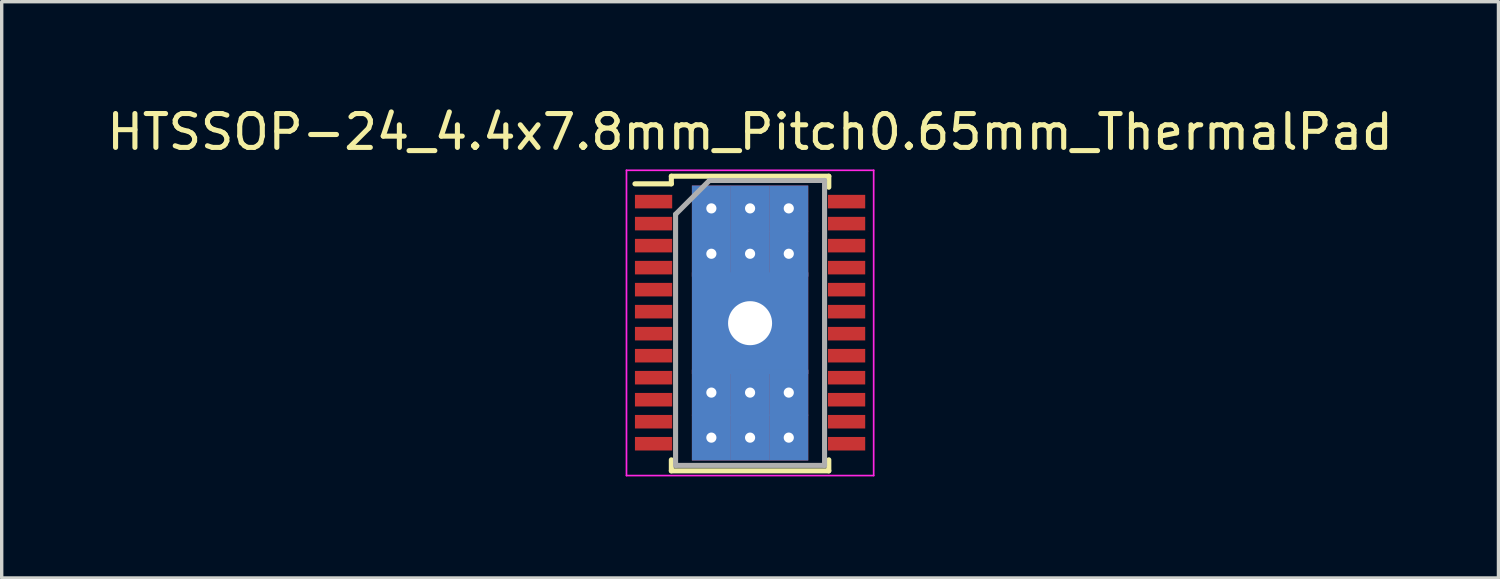
<source format=kicad_pcb>
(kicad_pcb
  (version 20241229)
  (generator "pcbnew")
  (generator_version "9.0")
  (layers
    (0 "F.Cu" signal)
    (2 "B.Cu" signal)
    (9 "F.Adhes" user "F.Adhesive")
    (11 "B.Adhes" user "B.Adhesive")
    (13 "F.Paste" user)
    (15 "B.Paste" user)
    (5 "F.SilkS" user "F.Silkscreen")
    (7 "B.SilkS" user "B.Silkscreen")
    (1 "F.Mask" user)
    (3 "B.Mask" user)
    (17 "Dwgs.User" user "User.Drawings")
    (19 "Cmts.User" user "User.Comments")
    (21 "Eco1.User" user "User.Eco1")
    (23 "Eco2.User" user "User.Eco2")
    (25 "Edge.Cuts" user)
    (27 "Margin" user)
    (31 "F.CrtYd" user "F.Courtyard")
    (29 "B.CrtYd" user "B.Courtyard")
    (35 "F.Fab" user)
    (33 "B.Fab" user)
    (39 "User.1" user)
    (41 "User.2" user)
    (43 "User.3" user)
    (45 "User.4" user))
  (footprint "HTSSOP-24_4.4x7.8mm_Pitch0.65mm_ThermalPad"
    (layer "F.Cu")
    (at 19.101 6.494)
    (property "Reference" "HTSSOP-24_4.4x7.8mm_Pitch0.65mm_ThermalPad" (at 0 -5.646 0) (layer "F.SilkS") (effects (font (size 1 1) (thickness 0.15))))
    (attr smd)
    (fp_line (start -2.325 -4.34) (end -2.325 -4.115) (stroke (width 0.15) (type solid)) (layer "F.SilkS"))
    (fp_line (start -2.325 -4.34) (end 2.325 -4.34) (stroke (width 0.15) (type solid)) (layer "F.SilkS"))
    (fp_line (start -2.325 -4.115) (end -3.4 -4.115) (stroke (width 0.15) (type solid)) (layer "F.SilkS"))
    (fp_line (start -2.325 4.361) (end -2.325 4.036) (stroke (width 0.15) (type solid)) (layer "F.SilkS"))
    (fp_line (start -2.325 4.361) (end 2.325 4.361) (stroke (width 0.15) (type solid)) (layer "F.SilkS"))
    (fp_line (start 2.325 -4.34) (end 2.325 -4.015) (stroke (width 0.15) (type solid)) (layer "F.SilkS"))
    (fp_line (start 2.325 4.361) (end 2.325 4.036) (stroke (width 0.15) (type solid)) (layer "F.SilkS"))
    (fp_line (start -3.65 -4.515) (end -3.65 4.5) (stroke (width 0.05) (type solid)) (layer "F.CrtYd"))
    (fp_line (start -3.65 -4.515) (end 3.65 -4.515) (stroke (width 0.05) (type solid)) (layer "F.CrtYd"))
    (fp_line (start -3.65 4.5) (end 3.65 4.5) (stroke (width 0.05) (type solid)) (layer "F.CrtYd"))
    (fp_line (start 3.65 -4.515) (end 3.65 4.5) (stroke (width 0.05) (type solid)) (layer "F.CrtYd"))
    (fp_line (start -2.2 -3.215) (end -1.2 -4.215) (stroke (width 0.15) (type solid)) (layer "F.Fab"))
    (fp_line (start -2.2 4.2) (end -2.2 -3.215) (stroke (width 0.15) (type solid)) (layer "F.Fab"))
    (fp_line (start -1.2 -4.215) (end 2.2 -4.215) (stroke (width 0.15) (type solid)) (layer "F.Fab"))
    (fp_line (start 2.2 -4.215) (end 2.2 4.2) (stroke (width 0.15) (type solid)) (layer "F.Fab"))
    (fp_line (start 2.2 4.2) (end -2.2 4.2) (stroke (width 0.15) (type solid)) (layer "F.Fab"))
    (pad "1" smd rect (at -2.85 -3.59) (size 1.1 0.4) (layers "F.Cu" "F.Mask" "F.Paste"))
    (pad "2" smd rect (at -2.85 -2.94) (size 1.1 0.4) (layers "F.Cu" "F.Mask" "F.Paste"))
    (pad "3" smd rect (at -2.85 -2.29) (size 1.1 0.4) (layers "F.Cu" "F.Mask" "F.Paste"))
    (pad "4" smd rect (at -2.85 -1.64) (size 1.1 0.4) (layers "F.Cu" "F.Mask" "F.Paste"))
    (pad "5" smd rect (at -2.85 -0.99) (size 1.1 0.4) (layers "F.Cu" "F.Mask" "F.Paste"))
    (pad "6" smd rect (at -2.85 -0.34) (size 1.1 0.4) (layers "F.Cu" "F.Mask" "F.Paste"))
    (pad "7" smd rect (at -2.85 0.31) (size 1.1 0.4) (layers "F.Cu" "F.Mask" "F.Paste"))
    (pad "8" smd rect (at -2.85 0.96) (size 1.1 0.4) (layers "F.Cu" "F.Mask" "F.Paste"))
    (pad "9" smd rect (at -2.85 1.61) (size 1.1 0.4) (layers "F.Cu" "F.Mask" "F.Paste"))
    (pad "10" smd rect (at -2.85 2.26) (size 1.1 0.4) (layers "F.Cu" "F.Mask" "F.Paste"))
    (pad "11" smd rect (at -2.85 2.91) (size 1.1 0.4) (layers "F.Cu" "F.Mask" "F.Paste"))
    (pad "12" smd rect (at -2.85 3.56) (size 1.1 0.4) (layers "F.Cu" "F.Mask" "F.Paste"))
    (pad "13" smd rect (at 2.85 3.56) (size 1.1 0.4) (layers "F.Cu" "F.Mask" "F.Paste"))
    (pad "14" smd rect (at 2.85 2.91) (size 1.1 0.4) (layers "F.Cu" "F.Mask" "F.Paste"))
    (pad "15" smd rect (at 2.85 2.26) (size 1.1 0.4) (layers "F.Cu" "F.Mask" "F.Paste"))
    (pad "16" smd rect (at 2.85 1.61) (size 1.1 0.4) (layers "F.Cu" "F.Mask" "F.Paste"))
    (pad "17" smd rect (at 2.85 0.96) (size 1.1 0.4) (layers "F.Cu" "F.Mask" "F.Paste"))
    (pad "18" smd rect (at 2.85 0.31) (size 1.1 0.4) (layers "F.Cu" "F.Mask" "F.Paste"))
    (pad "19" smd rect (at 2.85 -0.34) (size 1.1 0.4) (layers "F.Cu" "F.Mask" "F.Paste"))
    (pad "20" smd rect (at 2.85 -0.99) (size 1.1 0.4) (layers "F.Cu" "F.Mask" "F.Paste"))
    (pad "21" smd rect (at 2.85 -1.64) (size 1.1 0.4) (layers "F.Cu" "F.Mask" "F.Paste"))
    (pad "22" smd rect (at 2.85 -2.29) (size 1.1 0.4) (layers "F.Cu" "F.Mask" "F.Paste"))
    (pad "23" smd rect (at 2.85 -2.94) (size 1.1 0.4) (layers "F.Cu" "F.Mask" "F.Paste"))
    (pad "24" smd rect (at 2.85 -3.59) (size 1.1 0.4) (layers "F.Cu" "F.Mask" "F.Paste"))
    (pad "25" thru_hole rect (at -1.143 -3.39) (size 1.15 1.35) (drill 0.3) (layers "*.Cu" "*.Mask"))
    (pad "25" thru_hole rect (at -1.143 -2.05) (size 1.15 1.35) (drill 0.3) (layers "*.Cu" "*.Mask"))
    (pad "25" thru_hole rect (at -1.143 2.05) (size 1.15 1.35) (drill 0.3) (layers "*.Cu" "*.Mask"))
    (pad "25" thru_hole rect (at -1.143 3.38) (size 1.15 1.35) (drill 0.3) (layers "*.Cu" "*.Mask"))
    (pad "25" thru_hole rect (at 0 -3.39) (size 1.15 1.35) (drill 0.3) (layers "*.Cu" "*.Mask"))
    (pad "25" thru_hole rect (at 0 -2.05) (size 1.15 1.35) (drill 0.3) (layers "*.Cu" "*.Mask"))
    (pad "25" thru_hole rect (at 0 0) (size 3.435 3) (drill 1.3) (layers "*.Cu" "*.Mask"))
    (pad "25" thru_hole rect (at 0 2.05) (size 1.15 1.35) (drill 0.3) (layers "*.Cu" "*.Mask"))
    (pad "25" thru_hole rect (at 0 3.38) (size 1.15 1.35) (drill 0.3) (layers "*.Cu" "*.Mask"))
    (pad "25" thru_hole rect (at 1.143 -3.39) (size 1.15 1.35) (drill 0.3) (layers "*.Cu" "*.Mask"))
    (pad "25" thru_hole rect (at 1.143 -2.05) (size 1.15 1.35) (drill 0.3) (layers "*.Cu" "*.Mask"))
    (pad "25" thru_hole rect (at 1.143 2.05) (size 1.15 1.35) (drill 0.3) (layers "*.Cu" "*.Mask"))
    (pad "25" thru_hole rect (at 1.143 3.38) (size 1.15 1.35) (drill 0.3) (layers "*.Cu" "*.Mask")))
  (gr_rect
    (start -3 -3)
    (end 41.202 14.019)
    (stroke (width 0.1) (type default))
    (fill no)
    (layer "Edge.Cuts")))
</source>
